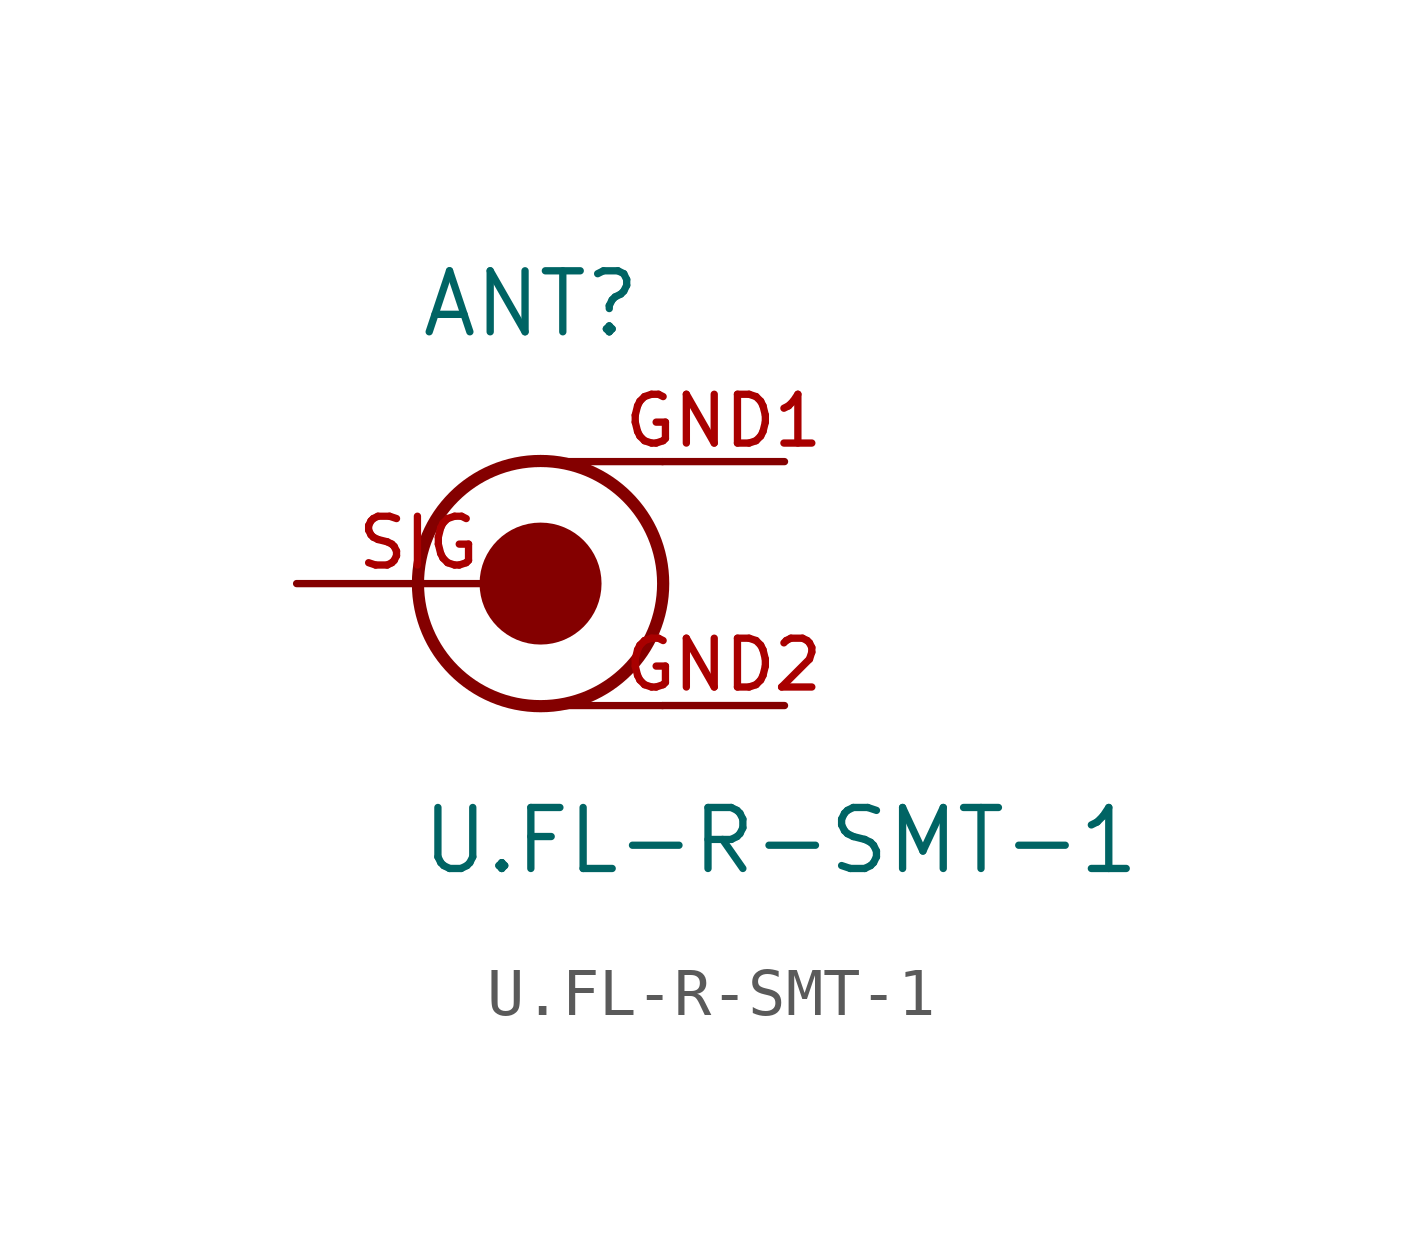
<source format=kicad_sym>
(kicad_symbol_lib
  (version 20241209)
  (generator "kicad_symbol_editor")
  (generator_version "9.0")
  (symbol "U.FL-R-SMT-1"
    (pin_names
      (offset 1.016))
    (property "Reference" "ANT"
      (at -2.54 5.08 0)
      (effects (font (size 1.27 1.27)) (justify left bottom)))
    (property "Value" "U.FL-R-SMT-1"
      (at -2.54 -6.096 0)
      (effects (font (size 1.27 1.27)) (justify left bottom)))
    (symbol "U.FL-R-SMT-1_0_0"
      (circle (center 0 0) (radius 0.635) (stroke (width 1.27) (type default)) (fill (type none)))
      (circle (center 0 0) (radius 2.553) (stroke (width 0.254) (type default)) (fill (type none)))
      (polyline (pts (xy 2.54 2.54) (xy 0.254 2.54)) (stroke (width 0.152) (type default)) (fill (type none)))
      (polyline (pts (xy 2.54 -2.54) (xy 0.254 -2.54)) (stroke (width 0.152) (type default)) (fill (type none)))
      (pin bidirectional line (at -5.08 0 0) (length 5.08) (name "~" (effects (font (size 1.016 1.016)))) (number "SIG" (effects (font (size 1.016 1.016))))))
    (symbol "U.FL-R-SMT-1_1_0"
      (pin passive line (at 5.08 2.54 180) (length 2.54) (name "~" (effects (font (size 1.016 1.016)))) (number "GND1" (effects (font (size 1.016 1.016)))))
      (pin passive line (at 5.08 -2.54 180) (length 2.54) (name "~" (effects (font (size 1.016 1.016)))) (number "GND2" (effects (font (size 1.016 1.016))))))))
</source>
